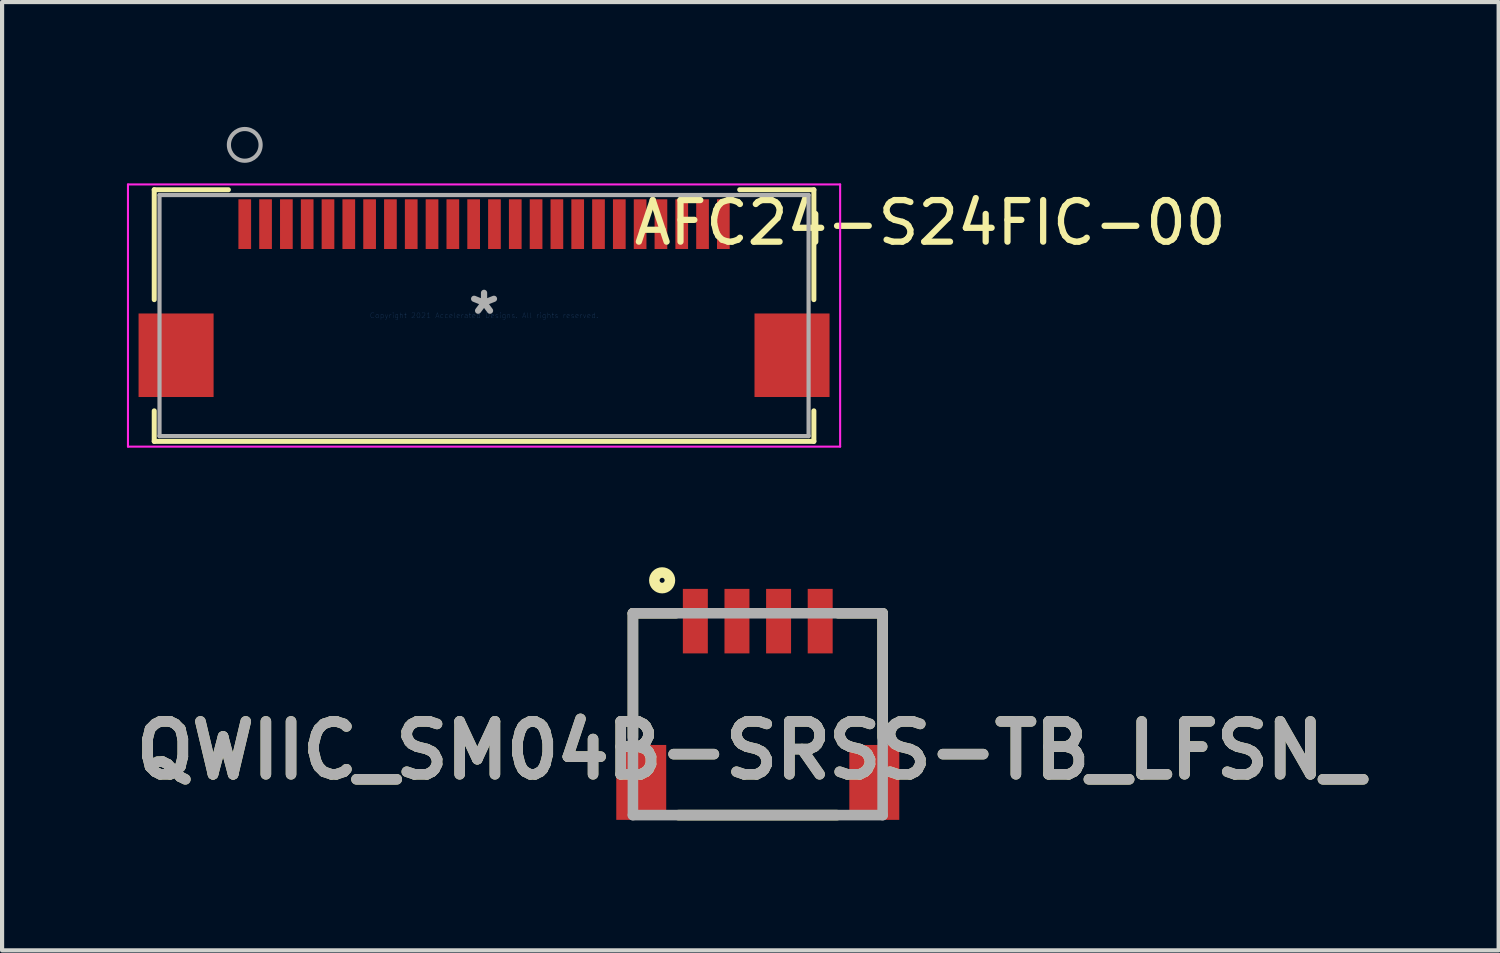
<source format=kicad_pcb>
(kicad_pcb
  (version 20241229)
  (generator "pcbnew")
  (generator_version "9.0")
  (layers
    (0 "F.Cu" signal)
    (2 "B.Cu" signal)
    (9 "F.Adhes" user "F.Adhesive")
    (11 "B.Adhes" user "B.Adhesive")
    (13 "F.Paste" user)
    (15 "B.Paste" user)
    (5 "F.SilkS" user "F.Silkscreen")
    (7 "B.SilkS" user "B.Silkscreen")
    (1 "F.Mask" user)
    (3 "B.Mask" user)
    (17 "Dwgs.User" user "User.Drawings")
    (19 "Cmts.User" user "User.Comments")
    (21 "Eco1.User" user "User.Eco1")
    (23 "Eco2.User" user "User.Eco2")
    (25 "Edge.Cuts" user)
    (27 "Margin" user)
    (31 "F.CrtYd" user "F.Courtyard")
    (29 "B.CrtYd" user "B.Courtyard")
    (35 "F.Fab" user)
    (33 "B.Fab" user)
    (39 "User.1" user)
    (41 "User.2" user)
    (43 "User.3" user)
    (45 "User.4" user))
  (footprint "QWIIC_SM04B-SRSS-TB_LFSN_"
    (layer "F.Cu")
    (at 12.158 16.536)
    (property "Reference" "QWIIC_SM04B-SRSS-TB_LFSN_" (at 2.822 -1.556 0) (layer "F.SilkS") (effects (font (size 1.27 1.27) (thickness 0.254))))
    (attr smd)
    (fp_line (start 0 -4.85) (end 0 -1.87) (stroke (width 0.254) (type solid)) (layer "F.SilkS"))
    (fp_line (start 0 -4.85) (end 1.029 -4.85) (stroke (width 0.254) (type solid)) (layer "F.SilkS"))
    (fp_line (start 1.094 0) (end 4.903 0) (stroke (width 0.254) (type solid)) (layer "F.SilkS"))
    (fp_line (start 6 -4.85) (end 4.937 -4.85) (stroke (width 0.254) (type solid)) (layer "F.SilkS"))
    (fp_line (start 6 -4.85) (end 6 -1.87) (stroke (width 0.254) (type solid)) (layer "F.SilkS"))
    (fp_circle (center 0.702 -5.642) (end 0.702 -5.582) (stroke (width 0.254) (type solid)) (fill no) (layer "F.SilkS"))
    (fp_line (start 0 -4.85) (end 6 -4.85) (stroke (width 0.254) (type solid)) (layer "F.Fab"))
    (fp_line (start 0 0) (end 0 -4.85) (stroke (width 0.254) (type solid)) (layer "F.Fab"))
    (fp_line (start 6 -4.85) (end 6 0) (stroke (width 0.254) (type solid)) (layer "F.Fab"))
    (fp_line (start 6 0) (end 0 0) (stroke (width 0.254) (type solid)) (layer "F.Fab"))
    (fp_text user "${REFERENCE}" (at 2.822 -1.556 0) (layer "F.Fab") (effects (font (size 1.27 1.27) (thickness 0.254))))
    (pad "1" smd rect (at 1.5 -4.661) (size 0.6 1.55) (layers "F.Cu" "F.Mask" "F.Paste"))
    (pad "2" smd rect (at 2.5 -4.661) (size 0.6 1.55) (layers "F.Cu" "F.Mask" "F.Paste"))
    (pad "3" smd rect (at 3.5 -4.661) (size 0.6 1.55) (layers "F.Cu" "F.Mask" "F.Paste"))
    (pad "4" smd rect (at 4.5 -4.661) (size 0.6 1.55) (layers "F.Cu" "F.Mask" "F.Paste"))
    (pad "5" smd rect (at 0.2 -0.786) (size 1.2 1.8) (layers "F.Cu" "F.Mask" "F.Paste"))
    (pad "6" smd rect (at 5.8 -0.786) (size 1.2 1.8) (layers "F.Cu" "F.Mask" "F.Paste")))
  (footprint "AFC24-S24FIC-00"
    (layer "F.Cu")
    (at 8.581 4.532)
    (property "Reference" "AFC24-S24FIC-00" (at 10.72 -2.23 180) (layer "F.SilkS") (effects (font (size 1 1) (thickness 0.15))))
    (attr through_hole)
    (fp_line (start -7.925 -3.023) (end -7.925 -0.382) (stroke (width 0.12) (type solid)) (layer "F.SilkS"))
    (fp_line (start -7.925 2.29) (end -7.925 3.023) (stroke (width 0.12) (type solid)) (layer "F.SilkS"))
    (fp_line (start -7.925 3.023) (end 7.925 3.023) (stroke (width 0.12) (type solid)) (layer "F.SilkS"))
    (fp_line (start -6.143 -3.023) (end -7.925 -3.023) (stroke (width 0.12) (type solid)) (layer "F.SilkS"))
    (fp_line (start 7.925 -3.023) (end 6.143 -3.023) (stroke (width 0.12) (type solid)) (layer "F.SilkS"))
    (fp_line (start 7.925 -0.382) (end 7.925 -3.023) (stroke (width 0.12) (type solid)) (layer "F.SilkS"))
    (fp_line (start 7.925 3.023) (end 7.925 2.29) (stroke (width 0.12) (type solid)) (layer "F.SilkS"))
    (fp_line (start -8.556 -3.15) (end -8.556 3.15) (stroke (width 0.05) (type solid)) (layer "F.CrtYd"))
    (fp_line (start -8.556 3.15) (end 8.556 3.15) (stroke (width 0.05) (type solid)) (layer "F.CrtYd"))
    (fp_line (start 8.556 -3.15) (end -8.556 -3.15) (stroke (width 0.05) (type solid)) (layer "F.CrtYd"))
    (fp_line (start 8.556 3.15) (end 8.556 -3.15) (stroke (width 0.05) (type solid)) (layer "F.CrtYd"))
    (fp_line (start -7.798 -2.896) (end -7.798 2.896) (stroke (width 0.1) (type solid)) (layer "F.Fab"))
    (fp_line (start -7.798 2.896) (end 7.798 2.896) (stroke (width 0.1) (type solid)) (layer "F.Fab"))
    (fp_line (start 7.798 -2.896) (end -7.798 -2.896) (stroke (width 0.1) (type solid)) (layer "F.Fab"))
    (fp_line (start 7.798 2.896) (end 7.798 -2.896) (stroke (width 0.1) (type solid)) (layer "F.Fab"))
    (fp_circle (center -5.75 -4.101) (end -5.369 -4.101) (stroke (width 0.1) (type solid)) (fill no) (layer "F.Fab"))
    (fp_text user "Copyright 2021 Accelerated Designs. All rights reserved." (at 0 0 0) (layer "Cmts.User") (effects (font (size 0.127 0.127) (thickness 0.002))))
    (fp_text user "*" (at 0 0 0) (layer "F.Fab") (effects (font (size 1 1) (thickness 0.15))))
    (pad "1" smd rect (at -5.75 -2.196) (size 0.305 1.194) (layers "F.Cu" "F.Mask" "F.Paste"))
    (pad "2" smd rect (at -5.25 -2.196) (size 0.305 1.194) (layers "F.Cu" "F.Mask" "F.Paste"))
    (pad "3" smd rect (at -4.75 -2.196) (size 0.305 1.194) (layers "F.Cu" "F.Mask" "F.Paste"))
    (pad "4" smd rect (at -4.25 -2.196) (size 0.305 1.194) (layers "F.Cu" "F.Mask" "F.Paste"))
    (pad "5" smd rect (at -3.75 -2.196) (size 0.305 1.194) (layers "F.Cu" "F.Mask" "F.Paste"))
    (pad "6" smd rect (at -3.25 -2.196) (size 0.305 1.194) (layers "F.Cu" "F.Mask" "F.Paste"))
    (pad "7" smd rect (at -2.75 -2.196) (size 0.305 1.194) (layers "F.Cu" "F.Mask" "F.Paste"))
    (pad "8" smd rect (at -2.25 -2.196) (size 0.305 1.194) (layers "F.Cu" "F.Mask" "F.Paste"))
    (pad "9" smd rect (at -1.75 -2.196) (size 0.305 1.194) (layers "F.Cu" "F.Mask" "F.Paste"))
    (pad "10" smd rect (at -1.25 -2.196) (size 0.305 1.194) (layers "F.Cu" "F.Mask" "F.Paste"))
    (pad "11" smd rect (at -0.75 -2.196) (size 0.305 1.194) (layers "F.Cu" "F.Mask" "F.Paste"))
    (pad "12" smd rect (at -0.25 -2.196) (size 0.305 1.194) (layers "F.Cu" "F.Mask" "F.Paste"))
    (pad "13" smd rect (at 0.25 -2.196) (size 0.305 1.194) (layers "F.Cu" "F.Mask" "F.Paste"))
    (pad "14" smd rect (at 0.75 -2.196) (size 0.305 1.194) (layers "F.Cu" "F.Mask" "F.Paste"))
    (pad "15" smd rect (at 1.25 -2.196) (size 0.305 1.194) (layers "F.Cu" "F.Mask" "F.Paste"))
    (pad "16" smd rect (at 1.75 -2.196) (size 0.305 1.194) (layers "F.Cu" "F.Mask" "F.Paste"))
    (pad "17" smd rect (at 2.25 -2.196) (size 0.305 1.194) (layers "F.Cu" "F.Mask" "F.Paste"))
    (pad "18" smd rect (at 2.75 -2.196) (size 0.305 1.194) (layers "F.Cu" "F.Mask" "F.Paste"))
    (pad "19" smd rect (at 3.25 -2.196) (size 0.305 1.194) (layers "F.Cu" "F.Mask" "F.Paste"))
    (pad "20" smd rect (at 3.75 -2.196) (size 0.305 1.194) (layers "F.Cu" "F.Mask" "F.Paste"))
    (pad "21" smd rect (at 4.25 -2.196) (size 0.305 1.194) (layers "F.Cu" "F.Mask" "F.Paste"))
    (pad "22" smd rect (at 4.75 -2.196) (size 0.305 1.194) (layers "F.Cu" "F.Mask" "F.Paste"))
    (pad "23" smd rect (at 5.25 -2.196) (size 0.305 1.194) (layers "F.Cu" "F.Mask" "F.Paste"))
    (pad "24" smd rect (at 5.75 -2.196) (size 0.305 1.194) (layers "F.Cu" "F.Mask" "F.Paste"))
    (pad "25" smd rect (at -7.4 0.954) (size 1.803 2.007) (layers "F.Cu" "F.Mask" "F.Paste"))
    (pad "26" smd rect (at 7.4 0.954) (size 1.803 2.007) (layers "F.Cu" "F.Mask" "F.Paste")))
  (gr_rect
    (start -3 -3)
    (end 32.96 19.786)
    (stroke (width 0.1) (type default))
    (fill no)
    (layer "Edge.Cuts")))
</source>
